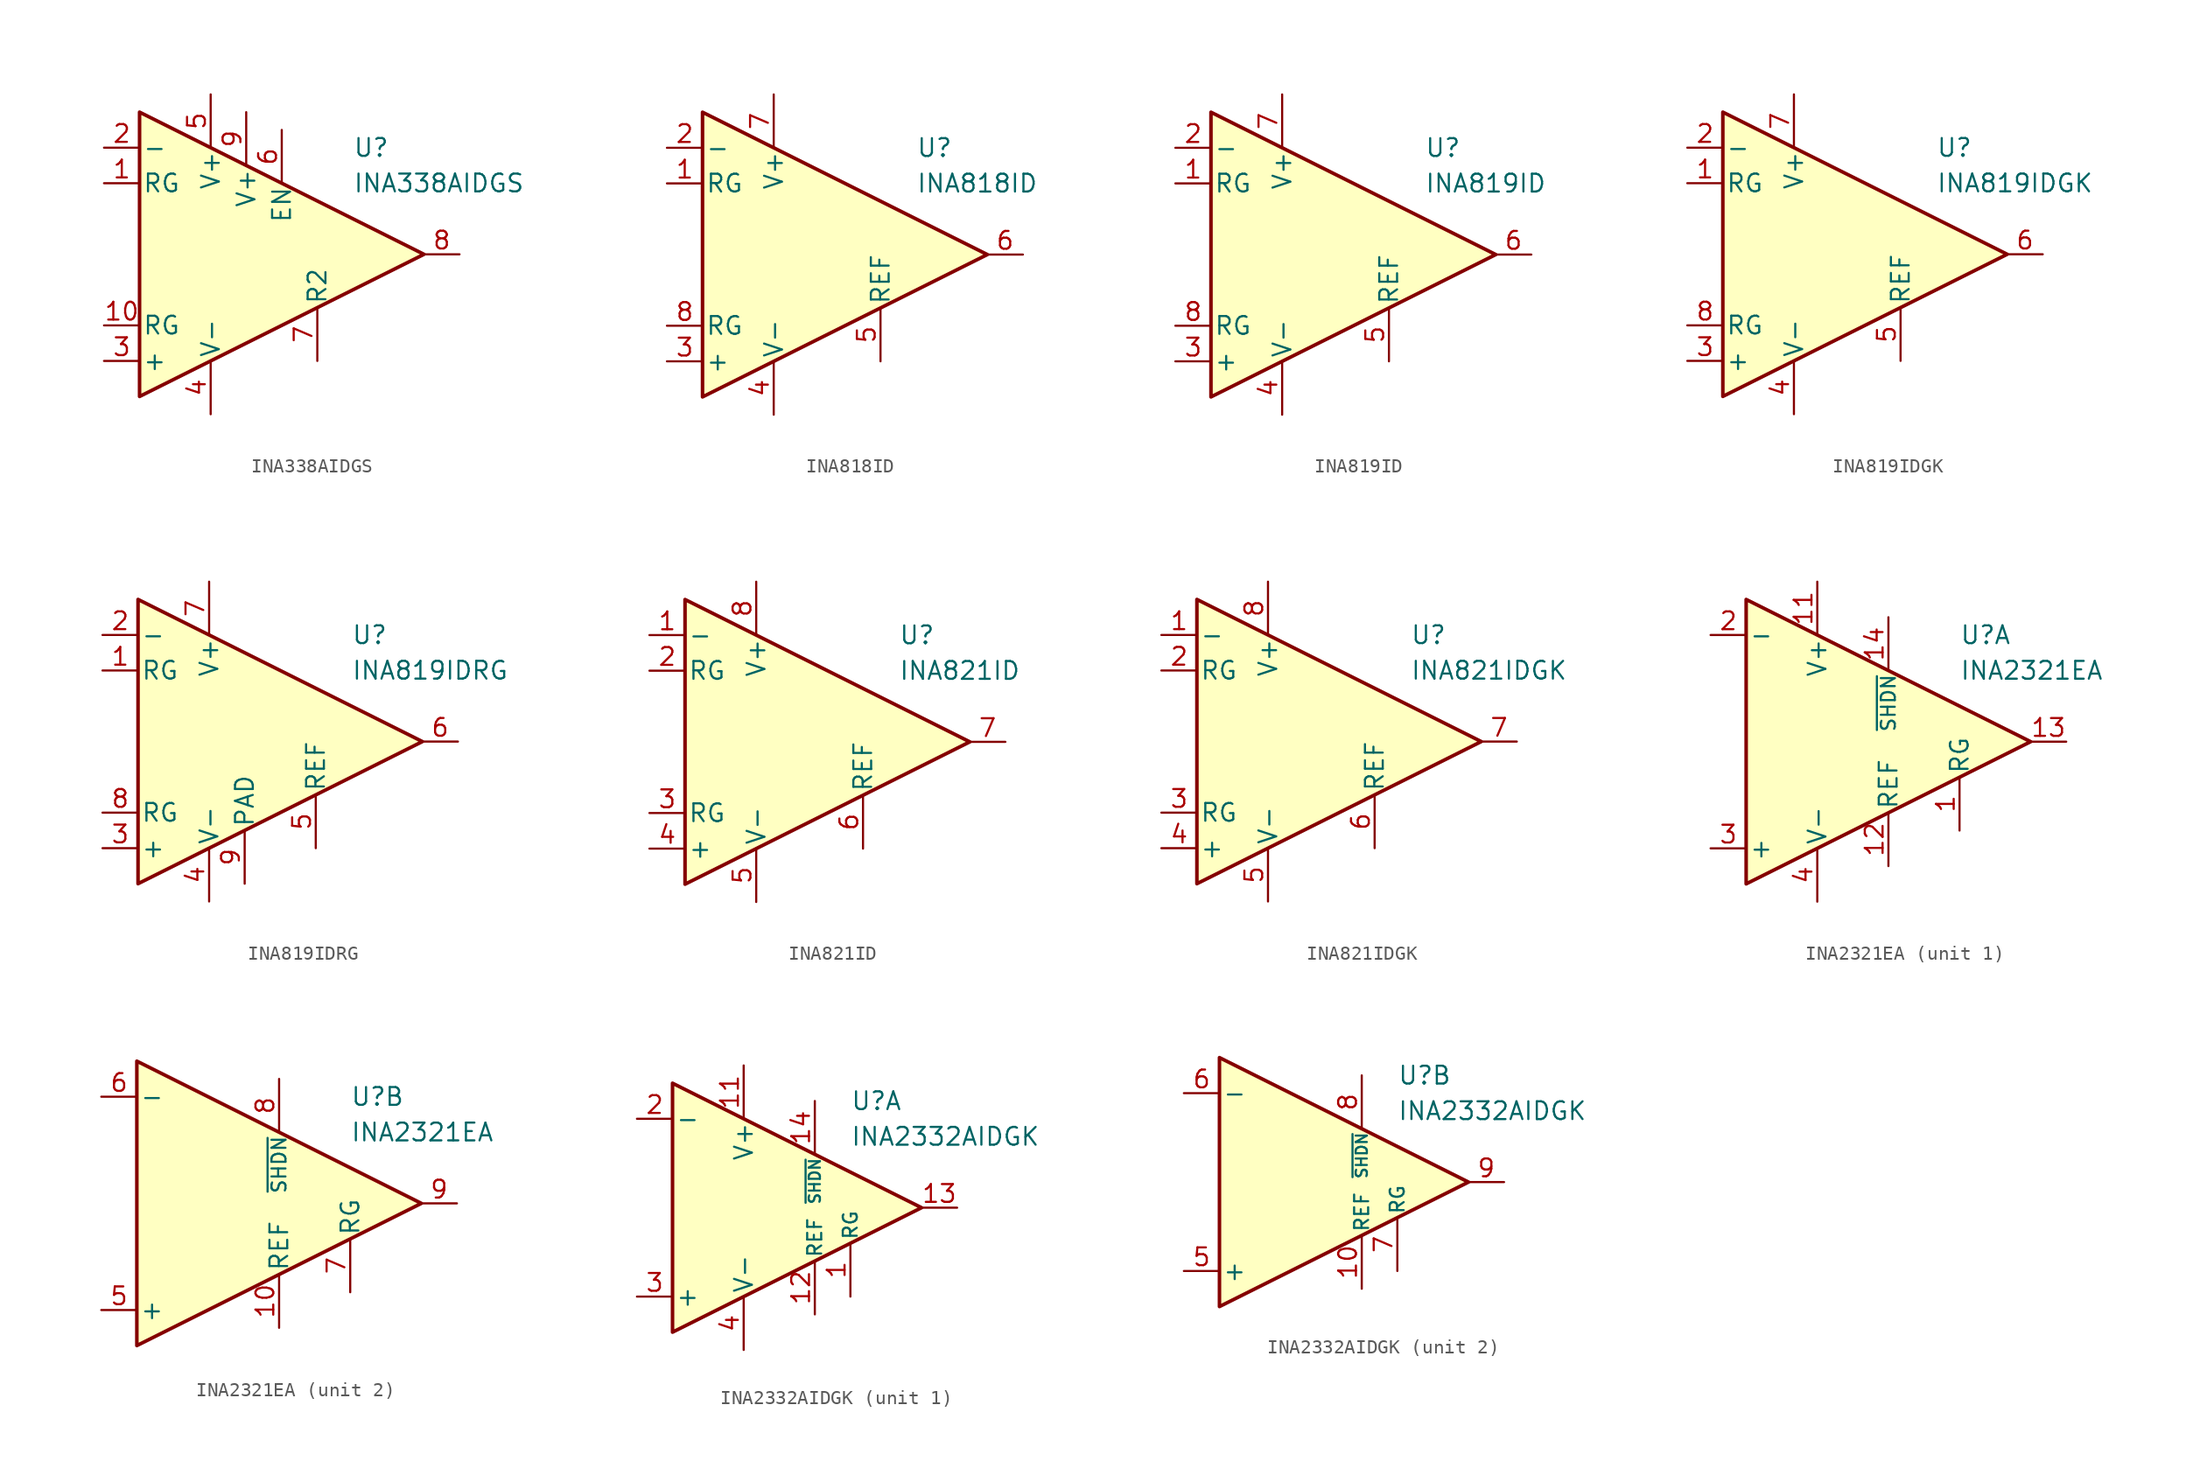
<source format=kicad_sym>
(kicad_symbol_lib
  (version 20231120)
  (generator "kicad_symbol_editor")
  (generator_version "8.0")
  (symbol "INA338AIDGS"
    (pin_names
      (offset 0.2))
    (property "Reference" "U"
      (at 6.35 7.62 0)
      (effects (font (size 1.27 1.27)) (justify left)))
    (property "Value" "INA338AIDGS"
      (at 6.35 5.08 0)
      (effects (font (size 1.27 1.27)) (justify left)))
    (symbol "INA338AIDGS_0_1"
      (polyline (pts (xy -8.89 10.16) (xy -8.89 -10.16) (xy 11.43 0) (xy -8.89 10.16)) (stroke (width 0.254) (type default)) (fill (type background))))
    (symbol "INA338AIDGS_1_1"
      (pin passive line (at -11.43 5.08 0) (length 2.54) (name "RG" (effects (font (size 1.27 1.27)))) (number "1" (effects (font (size 1.27 1.27)))))
      (pin passive line (at -11.43 -5.08 0) (length 2.54) (name "RG" (effects (font (size 1.27 1.27)))) (number "10" (effects (font (size 1.27 1.27)))))
      (pin input line (at -11.43 7.62 0) (length 2.54) (name "-" (effects (font (size 1.27 1.27)))) (number "2" (effects (font (size 1.27 1.27)))))
      (pin input line (at -11.43 -7.62 0) (length 2.54) (name "+" (effects (font (size 1.27 1.27)))) (number "3" (effects (font (size 1.27 1.27)))))
      (pin power_in line (at -3.81 -11.43 90) (length 3.81) (name "V-" (effects (font (size 1.27 1.27)))) (number "4" (effects (font (size 1.27 1.27)))))
      (pin power_in line (at -3.81 11.43 270) (length 3.81) (name "V+" (effects (font (size 1.27 1.27)))) (number "5" (effects (font (size 1.27 1.27)))))
      (pin input line (at 1.27 8.89 270) (length 3.81) (name "EN" (effects (font (size 1.27 1.27)))) (number "6" (effects (font (size 1.27 1.27)))))
      (pin passive line (at 3.81 -7.62 90) (length 3.81) (name "R2" (effects (font (size 1.27 1.27)))) (number "7" (effects (font (size 1.27 1.27)))))
      (pin output line (at 13.97 0 180) (length 2.54) (name "~" (effects (font (size 1.27 1.27)))) (number "8" (effects (font (size 1.27 1.27)))))
      (pin power_in line (at -1.27 10.16 270) (length 3.81) (name "V+" (effects (font (size 1.27 1.27)))) (number "9" (effects (font (size 1.27 1.27)))))))
  (symbol "INA818ID"
    (pin_names
      (offset 0.2))
    (property "Reference" "U"
      (at 6.35 7.62 0)
      (effects (font (size 1.27 1.27)) (justify left)))
    (property "Value" "INA818ID"
      (at 6.35 5.08 0)
      (effects (font (size 1.27 1.27)) (justify left)))
    (symbol "INA818ID_0_1"
      (polyline (pts (xy -8.89 10.16) (xy -8.89 -10.16) (xy 11.43 0) (xy -8.89 10.16)) (stroke (width 0.254) (type default)) (fill (type background))))
    (symbol "INA818ID_1_1"
      (pin passive line (at -11.43 5.08 0) (length 2.54) (name "RG" (effects (font (size 1.27 1.27)))) (number "1" (effects (font (size 1.27 1.27)))))
      (pin input line (at -11.43 7.62 0) (length 2.54) (name "-" (effects (font (size 1.27 1.27)))) (number "2" (effects (font (size 1.27 1.27)))))
      (pin input line (at -11.43 -7.62 0) (length 2.54) (name "+" (effects (font (size 1.27 1.27)))) (number "3" (effects (font (size 1.27 1.27)))))
      (pin power_in line (at -3.81 -11.43 90) (length 3.81) (name "V-" (effects (font (size 1.27 1.27)))) (number "4" (effects (font (size 1.27 1.27)))))
      (pin input line (at 3.81 -7.62 90) (length 3.81) (name "REF" (effects (font (size 1.27 1.27)))) (number "5" (effects (font (size 1.27 1.27)))))
      (pin output line (at 13.97 0 180) (length 2.54) (name "~" (effects (font (size 1.27 1.27)))) (number "6" (effects (font (size 1.27 1.27)))))
      (pin power_in line (at -3.81 11.43 270) (length 3.81) (name "V+" (effects (font (size 1.27 1.27)))) (number "7" (effects (font (size 1.27 1.27)))))
      (pin passive line (at -11.43 -5.08 0) (length 2.54) (name "RG" (effects (font (size 1.27 1.27)))) (number "8" (effects (font (size 1.27 1.27)))))))
  (symbol "INA819ID"
    (pin_names
      (offset 0.2))
    (property "Reference" "U"
      (at 6.35 7.62 0)
      (effects (font (size 1.27 1.27)) (justify left)))
    (property "Value" "INA819ID"
      (at 6.35 5.08 0)
      (effects (font (size 1.27 1.27)) (justify left)))
    (symbol "INA819ID_0_1"
      (polyline (pts (xy -8.89 10.16) (xy -8.89 -10.16) (xy 11.43 0) (xy -8.89 10.16)) (stroke (width 0.254) (type default)) (fill (type background))))
    (symbol "INA819ID_1_1"
      (pin passive line (at -11.43 5.08 0) (length 2.54) (name "RG" (effects (font (size 1.27 1.27)))) (number "1" (effects (font (size 1.27 1.27)))))
      (pin input line (at -11.43 7.62 0) (length 2.54) (name "-" (effects (font (size 1.27 1.27)))) (number "2" (effects (font (size 1.27 1.27)))))
      (pin input line (at -11.43 -7.62 0) (length 2.54) (name "+" (effects (font (size 1.27 1.27)))) (number "3" (effects (font (size 1.27 1.27)))))
      (pin power_in line (at -3.81 -11.43 90) (length 3.81) (name "V-" (effects (font (size 1.27 1.27)))) (number "4" (effects (font (size 1.27 1.27)))))
      (pin input line (at 3.81 -7.62 90) (length 3.81) (name "REF" (effects (font (size 1.27 1.27)))) (number "5" (effects (font (size 1.27 1.27)))))
      (pin output line (at 13.97 0 180) (length 2.54) (name "~" (effects (font (size 1.27 1.27)))) (number "6" (effects (font (size 1.27 1.27)))))
      (pin power_in line (at -3.81 11.43 270) (length 3.81) (name "V+" (effects (font (size 1.27 1.27)))) (number "7" (effects (font (size 1.27 1.27)))))
      (pin passive line (at -11.43 -5.08 0) (length 2.54) (name "RG" (effects (font (size 1.27 1.27)))) (number "8" (effects (font (size 1.27 1.27)))))))
  (symbol "INA819IDGK"
    (pin_names
      (offset 0.2))
    (property "Reference" "U"
      (at 6.35 7.62 0)
      (effects (font (size 1.27 1.27)) (justify left)))
    (property "Value" "INA819IDGK"
      (at 6.35 5.08 0)
      (effects (font (size 1.27 1.27)) (justify left)))
    (symbol "INA819IDGK_0_1"
      (polyline (pts (xy -8.89 10.16) (xy -8.89 -10.16) (xy 11.43 0) (xy -8.89 10.16)) (stroke (width 0.254) (type default)) (fill (type background))))
    (symbol "INA819IDGK_1_1"
      (pin passive line (at -11.43 5.08 0) (length 2.54) (name "RG" (effects (font (size 1.27 1.27)))) (number "1" (effects (font (size 1.27 1.27)))))
      (pin input line (at -11.43 7.62 0) (length 2.54) (name "-" (effects (font (size 1.27 1.27)))) (number "2" (effects (font (size 1.27 1.27)))))
      (pin input line (at -11.43 -7.62 0) (length 2.54) (name "+" (effects (font (size 1.27 1.27)))) (number "3" (effects (font (size 1.27 1.27)))))
      (pin power_in line (at -3.81 -11.43 90) (length 3.81) (name "V-" (effects (font (size 1.27 1.27)))) (number "4" (effects (font (size 1.27 1.27)))))
      (pin input line (at 3.81 -7.62 90) (length 3.81) (name "REF" (effects (font (size 1.27 1.27)))) (number "5" (effects (font (size 1.27 1.27)))))
      (pin output line (at 13.97 0 180) (length 2.54) (name "~" (effects (font (size 1.27 1.27)))) (number "6" (effects (font (size 1.27 1.27)))))
      (pin power_in line (at -3.81 11.43 270) (length 3.81) (name "V+" (effects (font (size 1.27 1.27)))) (number "7" (effects (font (size 1.27 1.27)))))
      (pin passive line (at -11.43 -5.08 0) (length 2.54) (name "RG" (effects (font (size 1.27 1.27)))) (number "8" (effects (font (size 1.27 1.27)))))))
  (symbol "INA819IDRG"
    (pin_names
      (offset 0.2))
    (property "Reference" "U"
      (at 6.35 7.62 0)
      (effects (font (size 1.27 1.27)) (justify left)))
    (property "Value" "INA819IDRG"
      (at 6.35 5.08 0)
      (effects (font (size 1.27 1.27)) (justify left)))
    (symbol "INA819IDRG_0_1"
      (polyline (pts (xy -8.89 10.16) (xy -8.89 -10.16) (xy 11.43 0) (xy -8.89 10.16)) (stroke (width 0.254) (type default)) (fill (type background))))
    (symbol "INA819IDRG_1_1"
      (pin passive line (at -11.43 5.08 0) (length 2.54) (name "RG" (effects (font (size 1.27 1.27)))) (number "1" (effects (font (size 1.27 1.27)))))
      (pin input line (at -11.43 7.62 0) (length 2.54) (name "-" (effects (font (size 1.27 1.27)))) (number "2" (effects (font (size 1.27 1.27)))))
      (pin input line (at -11.43 -7.62 0) (length 2.54) (name "+" (effects (font (size 1.27 1.27)))) (number "3" (effects (font (size 1.27 1.27)))))
      (pin power_in line (at -3.81 -11.43 90) (length 3.81) (name "V-" (effects (font (size 1.27 1.27)))) (number "4" (effects (font (size 1.27 1.27)))))
      (pin input line (at 3.81 -7.62 90) (length 3.81) (name "REF" (effects (font (size 1.27 1.27)))) (number "5" (effects (font (size 1.27 1.27)))))
      (pin output line (at 13.97 0 180) (length 2.54) (name "~" (effects (font (size 1.27 1.27)))) (number "6" (effects (font (size 1.27 1.27)))))
      (pin power_in line (at -3.81 11.43 270) (length 3.81) (name "V+" (effects (font (size 1.27 1.27)))) (number "7" (effects (font (size 1.27 1.27)))))
      (pin passive line (at -11.43 -5.08 0) (length 2.54) (name "RG" (effects (font (size 1.27 1.27)))) (number "8" (effects (font (size 1.27 1.27)))))
      (pin power_in line (at -1.27 -10.16 90) (length 3.81) (name "PAD" (effects (font (size 1.27 1.27)))) (number "9" (effects (font (size 1.27 1.27)))))))
  (symbol "INA821ID"
    (pin_names
      (offset 0.2))
    (property "Reference" "U"
      (at 6.35 7.62 0)
      (effects (font (size 1.27 1.27)) (justify left)))
    (property "Value" "INA821ID"
      (at 6.35 5.08 0)
      (effects (font (size 1.27 1.27)) (justify left)))
    (symbol "INA821ID_0_1"
      (polyline (pts (xy -8.89 10.16) (xy -8.89 -10.16) (xy 11.43 0) (xy -8.89 10.16)) (stroke (width 0.254) (type default)) (fill (type background))))
    (symbol "INA821ID_1_1"
      (pin input line (at -11.43 7.62 0) (length 2.54) (name "-" (effects (font (size 1.27 1.27)))) (number "1" (effects (font (size 1.27 1.27)))))
      (pin passive line (at -11.43 5.08 0) (length 2.54) (name "RG" (effects (font (size 1.27 1.27)))) (number "2" (effects (font (size 1.27 1.27)))))
      (pin passive line (at -11.43 -5.08 0) (length 2.54) (name "RG" (effects (font (size 1.27 1.27)))) (number "3" (effects (font (size 1.27 1.27)))))
      (pin input line (at -11.43 -7.62 0) (length 2.54) (name "+" (effects (font (size 1.27 1.27)))) (number "4" (effects (font (size 1.27 1.27)))))
      (pin power_in line (at -3.81 -11.43 90) (length 3.81) (name "V-" (effects (font (size 1.27 1.27)))) (number "5" (effects (font (size 1.27 1.27)))))
      (pin input line (at 3.81 -7.62 90) (length 3.81) (name "REF" (effects (font (size 1.27 1.27)))) (number "6" (effects (font (size 1.27 1.27)))))
      (pin output line (at 13.97 0 180) (length 2.54) (name "~" (effects (font (size 1.27 1.27)))) (number "7" (effects (font (size 1.27 1.27)))))
      (pin power_in line (at -3.81 11.43 270) (length 3.81) (name "V+" (effects (font (size 1.27 1.27)))) (number "8" (effects (font (size 1.27 1.27)))))))
  (symbol "INA821IDGK"
    (pin_names
      (offset 0.2))
    (property "Reference" "U"
      (at 6.35 7.62 0)
      (effects (font (size 1.27 1.27)) (justify left)))
    (property "Value" "INA821IDGK"
      (at 6.35 5.08 0)
      (effects (font (size 1.27 1.27)) (justify left)))
    (symbol "INA821IDGK_0_1"
      (polyline (pts (xy -8.89 10.16) (xy -8.89 -10.16) (xy 11.43 0) (xy -8.89 10.16)) (stroke (width 0.254) (type default)) (fill (type background))))
    (symbol "INA821IDGK_1_1"
      (pin input line (at -11.43 7.62 0) (length 2.54) (name "-" (effects (font (size 1.27 1.27)))) (number "1" (effects (font (size 1.27 1.27)))))
      (pin passive line (at -11.43 5.08 0) (length 2.54) (name "RG" (effects (font (size 1.27 1.27)))) (number "2" (effects (font (size 1.27 1.27)))))
      (pin passive line (at -11.43 -5.08 0) (length 2.54) (name "RG" (effects (font (size 1.27 1.27)))) (number "3" (effects (font (size 1.27 1.27)))))
      (pin input line (at -11.43 -7.62 0) (length 2.54) (name "+" (effects (font (size 1.27 1.27)))) (number "4" (effects (font (size 1.27 1.27)))))
      (pin power_in line (at -3.81 -11.43 90) (length 3.81) (name "V-" (effects (font (size 1.27 1.27)))) (number "5" (effects (font (size 1.27 1.27)))))
      (pin input line (at 3.81 -7.62 90) (length 3.81) (name "REF" (effects (font (size 1.27 1.27)))) (number "6" (effects (font (size 1.27 1.27)))))
      (pin output line (at 13.97 0 180) (length 2.54) (name "~" (effects (font (size 1.27 1.27)))) (number "7" (effects (font (size 1.27 1.27)))))
      (pin power_in line (at -3.81 11.43 270) (length 3.81) (name "V+" (effects (font (size 1.27 1.27)))) (number "8" (effects (font (size 1.27 1.27)))))))
  (symbol "INA2321EA"
    (pin_names
      (offset 0.2))
    (property "Reference" "U"
      (at 6.35 7.62 0)
      (effects (font (size 1.27 1.27)) (justify left)))
    (property "Value" "INA2321EA"
      (at 6.35 5.08 0)
      (effects (font (size 1.27 1.27)) (justify left)))
    (property "ki_locked" ""
      (at 0 0 0)
      (effects (font (size 1.27 1.27))))
    (symbol "INA2321EA_0_1"
      (polyline (pts (xy -8.89 10.16) (xy -8.89 -10.16) (xy 11.43 0) (xy -8.89 10.16)) (stroke (width 0.254) (type default)) (fill (type background))))
    (symbol "INA2321EA_1_1"
      (pin passive line (at 6.35 -6.35 90) (length 3.81) (name "RG" (effects (font (size 1.27 1.27)))) (number "1" (effects (font (size 1.27 1.27)))))
      (pin power_in line (at -3.81 11.43 270) (length 3.81) (name "V+" (effects (font (size 1.27 1.27)))) (number "11" (effects (font (size 1.27 1.27)))))
      (pin input line (at 1.27 -8.89 90) (length 3.81) (name "REF" (effects (font (size 1.27 1.27)))) (number "12" (effects (font (size 1.27 1.27)))))
      (pin output line (at 13.97 0 180) (length 2.54) (name "~" (effects (font (size 1.27 1.27)))) (number "13" (effects (font (size 1.27 1.27)))))
      (pin input line (at 1.27 8.89 270) (length 3.81) (name "~{SHDN}" (effects (font (size 1 1)))) (number "14" (effects (font (size 1.27 1.27)))))
      (pin input line (at -11.43 7.62 0) (length 2.54) (name "-" (effects (font (size 1.27 1.27)))) (number "2" (effects (font (size 1.27 1.27)))))
      (pin input line (at -11.43 -7.62 0) (length 2.54) (name "+" (effects (font (size 1.27 1.27)))) (number "3" (effects (font (size 1.27 1.27)))))
      (pin power_in line (at -3.81 -11.43 90) (length 3.81) (name "V-" (effects (font (size 1.27 1.27)))) (number "4" (effects (font (size 1.27 1.27))))))
    (symbol "INA2321EA_2_1"
      (pin input line (at 1.27 -8.89 90) (length 3.81) (name "REF" (effects (font (size 1.27 1.27)))) (number "10" (effects (font (size 1.27 1.27)))))
      (pin input line (at -11.43 -7.62 0) (length 2.54) (name "+" (effects (font (size 1.27 1.27)))) (number "5" (effects (font (size 1.27 1.27)))))
      (pin input line (at -11.43 7.62 0) (length 2.54) (name "-" (effects (font (size 1.27 1.27)))) (number "6" (effects (font (size 1.27 1.27)))))
      (pin passive line (at 6.35 -6.35 90) (length 3.81) (name "RG" (effects (font (size 1.27 1.27)))) (number "7" (effects (font (size 1.27 1.27)))))
      (pin input line (at 1.27 8.89 270) (length 3.81) (name "~{SHDN}" (effects (font (size 1 1)))) (number "8" (effects (font (size 1.27 1.27)))))
      (pin output line (at 13.97 0 180) (length 2.54) (name "~" (effects (font (size 1.27 1.27)))) (number "9" (effects (font (size 1.27 1.27)))))))
  (symbol "INA2332AIDGK"
    (pin_names
      (offset 0.2))
    (property "Reference" "U"
      (at 6.35 7.62 0)
      (effects (font (size 1.27 1.27)) (justify left)))
    (property "Value" "INA2332AIDGK"
      (at 6.35 5.08 0)
      (effects (font (size 1.27 1.27)) (justify left)))
    (property "ki_locked" ""
      (at 0 0 0)
      (effects (font (size 1.27 1.27))))
    (symbol "INA2332AIDGK_0_1"
      (polyline (pts (xy -6.35 8.89) (xy -6.35 -8.89) (xy 11.43 0) (xy -6.35 8.89)) (stroke (width 0.254) (type default)) (fill (type background))))
    (symbol "INA2332AIDGK_1_1"
      (pin input line (at 6.35 -6.35 90) (length 3.81) (name "RG" (effects (font (size 1 1)))) (number "1" (effects (font (size 1.27 1.27)))))
      (pin power_in line (at -1.27 10.16 270) (length 3.81) (name "V+" (effects (font (size 1.27 1.27)))) (number "11" (effects (font (size 1.27 1.27)))))
      (pin input line (at 3.81 -7.62 90) (length 3.81) (name "REF" (effects (font (size 1 1)))) (number "12" (effects (font (size 1.27 1.27)))))
      (pin output line (at 13.97 0 180) (length 2.54) (name "~" (effects (font (size 1.27 1.27)))) (number "13" (effects (font (size 1.27 1.27)))))
      (pin input line (at 3.81 7.62 270) (length 3.81) (name "~{SHDN}" (effects (font (size 0.8 0.8)))) (number "14" (effects (font (size 1.27 1.27)))))
      (pin input line (at -8.89 6.35 0) (length 2.54) (name "-" (effects (font (size 1.27 1.27)))) (number "2" (effects (font (size 1.27 1.27)))))
      (pin input line (at -8.89 -6.35 0) (length 2.54) (name "+" (effects (font (size 1.27 1.27)))) (number "3" (effects (font (size 1.27 1.27)))))
      (pin power_in line (at -1.27 -10.16 90) (length 3.81) (name "V-" (effects (font (size 1.27 1.27)))) (number "4" (effects (font (size 1.27 1.27))))))
    (symbol "INA2332AIDGK_2_1"
      (pin input line (at 3.81 -7.62 90) (length 3.81) (name "REF" (effects (font (size 1 1)))) (number "10" (effects (font (size 1.27 1.27)))))
      (pin input line (at -8.89 -6.35 0) (length 2.54) (name "+" (effects (font (size 1.27 1.27)))) (number "5" (effects (font (size 1.27 1.27)))))
      (pin input line (at -8.89 6.35 0) (length 2.54) (name "-" (effects (font (size 1.27 1.27)))) (number "6" (effects (font (size 1.27 1.27)))))
      (pin input line (at 6.35 -6.35 90) (length 3.81) (name "RG" (effects (font (size 1 1)))) (number "7" (effects (font (size 1.27 1.27)))))
      (pin input line (at 3.81 7.62 270) (length 3.81) (name "~{SHDN}" (effects (font (size 0.8 0.8)))) (number "8" (effects (font (size 1.27 1.27)))))
      (pin output line (at 13.97 0 180) (length 2.54) (name "~" (effects (font (size 1.27 1.27)))) (number "9" (effects (font (size 1.27 1.27))))))))
</source>
